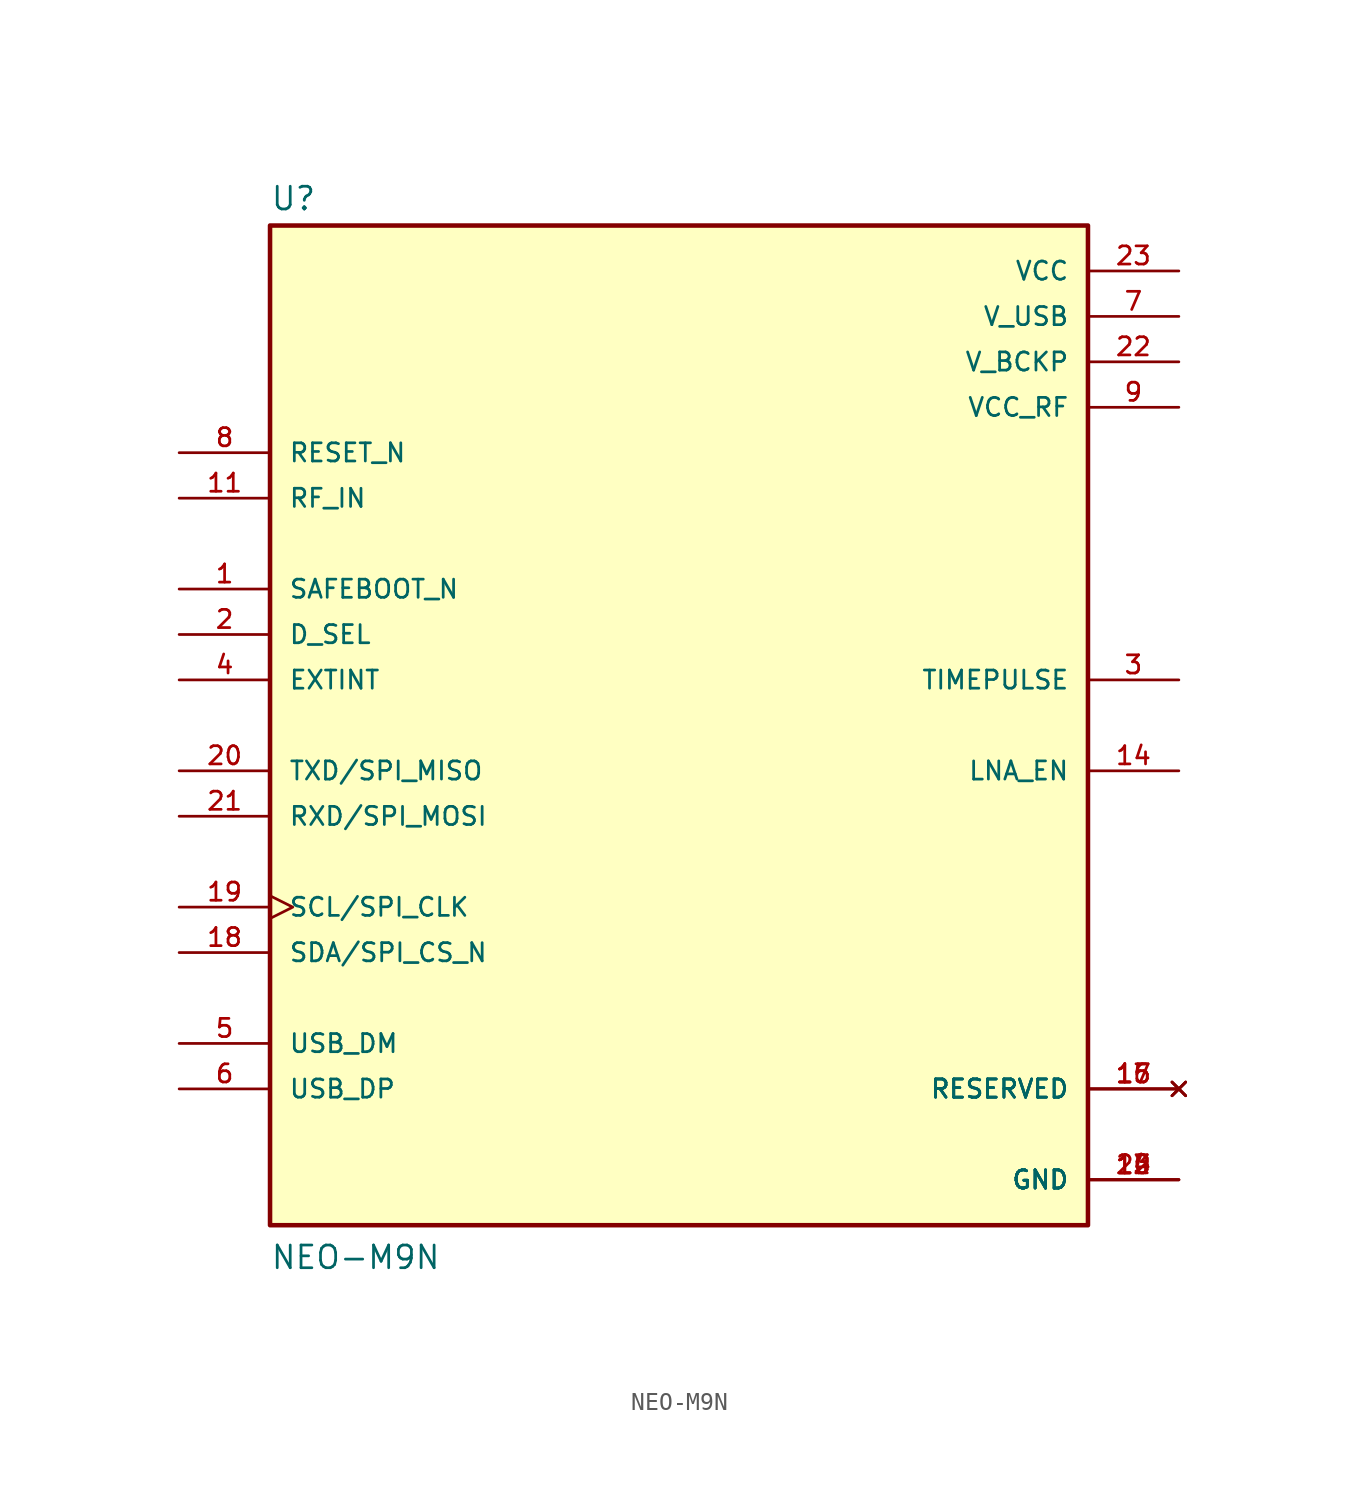
<source format=kicad_sym>
(kicad_symbol_lib
  (version 20211014)
  (generator kicad_symbol_editor)
  (symbol "NEO-M9N"
    (pin_names
      (offset 1.016))
    (property "Reference" "U"
      (at -22.86 28.702 0)
      (effects (font (size 1.27 1.27)) (justify bottom left)))
    (property "Value" "NEO-M9N"
      (at -22.86 -30.48 0)
      (effects (font (size 1.27 1.27)) (justify bottom left)))
    (symbol "NEO-M9N_0_0"
      (rectangle (start -22.86 -27.94) (end 22.86 27.94) (stroke (width 0.254)) (fill (type background)))
      (pin output line (at 27.94 -2.54 180.0) (length 5.08) (name "LNA_EN" (effects (font (size 1.016 1.016)))) (number "14" (effects (font (size 1.016 1.016)))))
      (pin no_connect line (at 27.94 -20.32 180.0) (length 5.08) (name "RESERVED" (effects (font (size 1.016 1.016)))) (number "15" (effects (font (size 1.016 1.016)))))
      (pin no_connect line (at 27.94 -20.32 180.0) (length 5.08) (name "RESERVED" (effects (font (size 1.016 1.016)))) (number "16" (effects (font (size 1.016 1.016)))))
      (pin no_connect line (at 27.94 -20.32 180.0) (length 5.08) (name "RESERVED" (effects (font (size 1.016 1.016)))) (number "17" (effects (font (size 1.016 1.016)))))
      (pin bidirectional line (at -27.94 -12.7 0) (length 5.08) (name "SDA/SPI_CS_N" (effects (font (size 1.016 1.016)))) (number "18" (effects (font (size 1.016 1.016)))))
      (pin bidirectional clock (at -27.94 -10.16 0) (length 5.08) (name "SCL/SPI_CLK" (effects (font (size 1.016 1.016)))) (number "19" (effects (font (size 1.016 1.016)))))
      (pin output line (at -27.94 -2.54 0) (length 5.08) (name "TXD/SPI_MISO" (effects (font (size 1.016 1.016)))) (number "20" (effects (font (size 1.016 1.016)))))
      (pin input line (at -27.94 -5.08 0) (length 5.08) (name "RXD/SPI_MOSI" (effects (font (size 1.016 1.016)))) (number "21" (effects (font (size 1.016 1.016)))))
      (pin power_in line (at 27.94 20.32 180.0) (length 5.08) (name "V_BCKP" (effects (font (size 1.016 1.016)))) (number "22" (effects (font (size 1.016 1.016)))))
      (pin power_in line (at 27.94 25.4 180.0) (length 5.08) (name "VCC" (effects (font (size 1.016 1.016)))) (number "23" (effects (font (size 1.016 1.016)))))
      (pin power_in line (at 27.94 -25.4 180.0) (length 5.08) (name "GND" (effects (font (size 1.016 1.016)))) (number "10" (effects (font (size 1.016 1.016)))))
      (pin power_in line (at 27.94 -25.4 180.0) (length 5.08) (name "GND" (effects (font (size 1.016 1.016)))) (number "12" (effects (font (size 1.016 1.016)))))
      (pin power_in line (at 27.94 -25.4 180.0) (length 5.08) (name "GND" (effects (font (size 1.016 1.016)))) (number "13" (effects (font (size 1.016 1.016)))))
      (pin power_in line (at 27.94 -25.4 180.0) (length 5.08) (name "GND" (effects (font (size 1.016 1.016)))) (number "24" (effects (font (size 1.016 1.016)))))
      (pin input line (at -27.94 12.7 0) (length 5.08) (name "RF_IN" (effects (font (size 1.016 1.016)))) (number "11" (effects (font (size 1.016 1.016)))))
      (pin power_in line (at 27.94 17.78 180.0) (length 5.08) (name "VCC_RF" (effects (font (size 1.016 1.016)))) (number "9" (effects (font (size 1.016 1.016)))))
      (pin input line (at -27.94 15.24 0) (length 5.08) (name "RESET_N" (effects (font (size 1.016 1.016)))) (number "8" (effects (font (size 1.016 1.016)))))
      (pin power_in line (at 27.94 22.86 180.0) (length 5.08) (name "V_USB" (effects (font (size 1.016 1.016)))) (number "7" (effects (font (size 1.016 1.016)))))
      (pin bidirectional line (at -27.94 -20.32 0) (length 5.08) (name "USB_DP" (effects (font (size 1.016 1.016)))) (number "6" (effects (font (size 1.016 1.016)))))
      (pin bidirectional line (at -27.94 -17.78 0) (length 5.08) (name "USB_DM" (effects (font (size 1.016 1.016)))) (number "5" (effects (font (size 1.016 1.016)))))
      (pin input line (at -27.94 2.54 0) (length 5.08) (name "EXTINT" (effects (font (size 1.016 1.016)))) (number "4" (effects (font (size 1.016 1.016)))))
      (pin output line (at 27.94 2.54 180.0) (length 5.08) (name "TIMEPULSE" (effects (font (size 1.016 1.016)))) (number "3" (effects (font (size 1.016 1.016)))))
      (pin input line (at -27.94 5.08 0) (length 5.08) (name "D_SEL" (effects (font (size 1.016 1.016)))) (number "2" (effects (font (size 1.016 1.016)))))
      (pin input line (at -27.94 7.62 0) (length 5.08) (name "SAFEBOOT_N" (effects (font (size 1.016 1.016)))) (number "1" (effects (font (size 1.016 1.016))))))))
</source>
